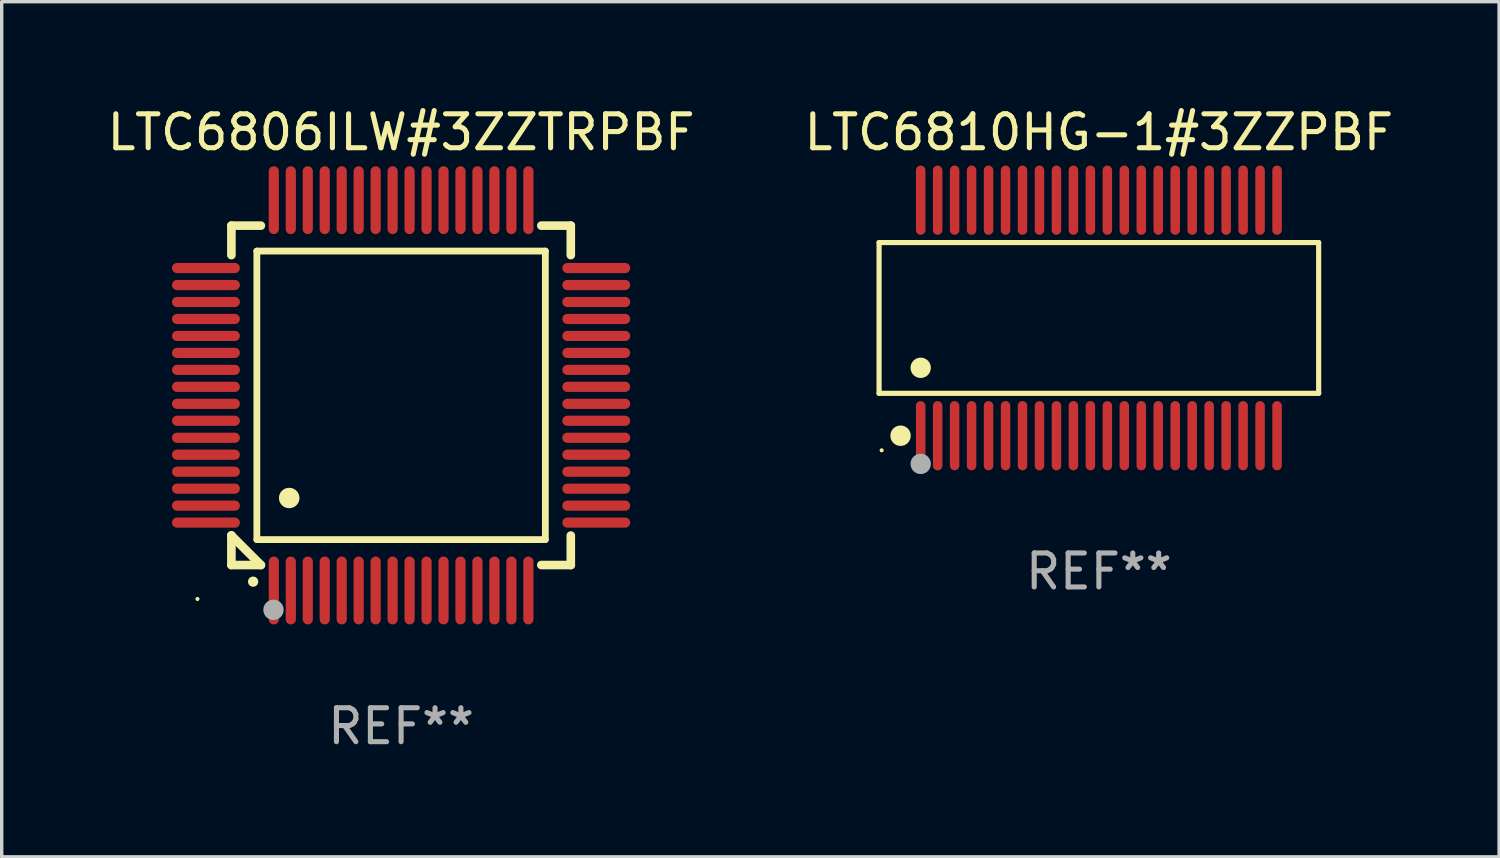
<source format=kicad_pcb>
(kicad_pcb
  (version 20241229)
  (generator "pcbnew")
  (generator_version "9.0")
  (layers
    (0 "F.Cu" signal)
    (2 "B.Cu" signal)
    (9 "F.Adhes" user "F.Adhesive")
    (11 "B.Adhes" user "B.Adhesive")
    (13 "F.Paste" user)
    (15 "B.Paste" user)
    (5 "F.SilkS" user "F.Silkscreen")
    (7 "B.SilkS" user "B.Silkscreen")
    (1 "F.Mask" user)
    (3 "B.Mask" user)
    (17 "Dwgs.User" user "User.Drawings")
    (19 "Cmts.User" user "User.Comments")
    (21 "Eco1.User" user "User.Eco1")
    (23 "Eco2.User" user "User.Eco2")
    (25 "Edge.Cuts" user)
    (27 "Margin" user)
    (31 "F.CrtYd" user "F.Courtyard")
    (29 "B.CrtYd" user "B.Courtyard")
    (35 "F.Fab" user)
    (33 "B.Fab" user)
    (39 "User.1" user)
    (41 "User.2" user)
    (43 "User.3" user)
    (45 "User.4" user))
  (footprint "LTC6806ILW#3ZZTRPBF"
    (layer "F.Cu")
    (at 8.768 8.598)
    (property "Reference" "LTC6806ILW#3ZZTRPBF" (at 0 -7.75 0) (layer "F.SilkS") (effects (font (size 1 1) (thickness 0.15))))
    (attr through_hole)
    (fp_line (start -5 -5) (end -4.131 -5) (stroke (width 0.254) (type solid)) (layer "F.SilkS"))
    (fp_line (start -5 -4.131) (end -5 -5) (stroke (width 0.254) (type solid)) (layer "F.SilkS"))
    (fp_line (start -5 4.131) (end -5 4.131) (stroke (width 0.254) (type solid)) (layer "F.SilkS"))
    (fp_line (start -5 5) (end -5 4.131) (stroke (width 0.254) (type solid)) (layer "F.SilkS"))
    (fp_line (start -5 4.131) (end -4.131 5) (stroke (width 0.254) (type solid)) (layer "F.SilkS"))
    (fp_line (start -4.25 -4.25) (end -4.25 4.25) (stroke (width 0.2) (type solid)) (layer "F.SilkS"))
    (fp_line (start -4.25 4.25) (end 4.25 4.25) (stroke (width 0.2) (type solid)) (layer "F.SilkS"))
    (fp_line (start -4.131 5) (end -5 5) (stroke (width 0.254) (type solid)) (layer "F.SilkS"))
    (fp_line (start 4.25 -4.25) (end -4.25 -4.25) (stroke (width 0.2) (type solid)) (layer "F.SilkS"))
    (fp_line (start 4.25 4.25) (end 4.25 -4.25) (stroke (width 0.2) (type solid)) (layer "F.SilkS"))
    (fp_line (start 5 -5) (end 4.131 -5) (stroke (width 0.254) (type solid)) (layer "F.SilkS"))
    (fp_line (start 5 -5) (end 5 -4.131) (stroke (width 0.254) (type solid)) (layer "F.SilkS"))
    (fp_line (start 5 4.131) (end 5 5) (stroke (width 0.254) (type solid)) (layer "F.SilkS"))
    (fp_line (start 5 5) (end 4.131 5) (stroke (width 0.254) (type solid)) (layer "F.SilkS"))
    (fp_arc (start -4.361265 5.489992) (mid -4.359995 5.489987) (end -4.358725 5.489992) (stroke (width 0.3) (type solid)) (layer "F.SilkS"))
    (fp_arc (start -3.299467 3.025146) (mid -3.296927 3.025135) (end -3.294387 3.025146) (stroke (width 0.6) (type solid)) (layer "F.SilkS"))
    (fp_circle (center -6 6) (end -5.97 6) (stroke (width 0.06) (type solid)) (fill no) (layer "F.SilkS"))
    (fp_circle (center -3.76 6.32) (end -3.61 6.32) (stroke (width 0.3) (type solid)) (fill no) (layer "F.Fab"))
    (fp_text user "REF**" (at 0 9.75 0) (layer "F.Fab") (effects (font (size 1 1) (thickness 0.15))))
    (pad "1" smd oval (at -3.75 5.75) (size 0.3 2) (layers "F.Cu" "F.Mask" "F.Paste"))
    (pad "2" smd oval (at -3.25 5.75) (size 0.3 2) (layers "F.Cu" "F.Mask" "F.Paste"))
    (pad "3" smd oval (at -2.75 5.75) (size 0.3 2) (layers "F.Cu" "F.Mask" "F.Paste"))
    (pad "4" smd oval (at -2.25 5.75) (size 0.3 2) (layers "F.Cu" "F.Mask" "F.Paste"))
    (pad "5" smd oval (at -1.75 5.75) (size 0.3 2) (layers "F.Cu" "F.Mask" "F.Paste"))
    (pad "6" smd oval (at -1.25 5.75) (size 0.3 2) (layers "F.Cu" "F.Mask" "F.Paste"))
    (pad "7" smd oval (at -0.75 5.75) (size 0.3 2) (layers "F.Cu" "F.Mask" "F.Paste"))
    (pad "8" smd oval (at -0.25 5.75) (size 0.3 2) (layers "F.Cu" "F.Mask" "F.Paste"))
    (pad "9" smd oval (at 0.25 5.75) (size 0.3 2) (layers "F.Cu" "F.Mask" "F.Paste"))
    (pad "10" smd oval (at 0.75 5.75) (size 0.3 2) (layers "F.Cu" "F.Mask" "F.Paste"))
    (pad "11" smd oval (at 1.25 5.75) (size 0.3 2) (layers "F.Cu" "F.Mask" "F.Paste"))
    (pad "12" smd oval (at 1.75 5.75) (size 0.3 2) (layers "F.Cu" "F.Mask" "F.Paste"))
    (pad "13" smd oval (at 2.25 5.75) (size 0.3 2) (layers "F.Cu" "F.Mask" "F.Paste"))
    (pad "14" smd oval (at 2.75 5.75) (size 0.3 2) (layers "F.Cu" "F.Mask" "F.Paste"))
    (pad "15" smd oval (at 3.25 5.75) (size 0.3 2) (layers "F.Cu" "F.Mask" "F.Paste"))
    (pad "16" smd oval (at 3.75 5.75) (size 0.3 2) (layers "F.Cu" "F.Mask" "F.Paste"))
    (pad "17" smd oval (at 5.75 3.75) (size 2 0.3) (layers "F.Cu" "F.Mask" "F.Paste"))
    (pad "18" smd oval (at 5.75 3.25) (size 2 0.3) (layers "F.Cu" "F.Mask" "F.Paste"))
    (pad "19" smd oval (at 5.75 2.75) (size 2 0.3) (layers "F.Cu" "F.Mask" "F.Paste"))
    (pad "20" smd oval (at 5.75 2.25) (size 2 0.3) (layers "F.Cu" "F.Mask" "F.Paste"))
    (pad "21" smd oval (at 5.75 1.75) (size 2 0.3) (layers "F.Cu" "F.Mask" "F.Paste"))
    (pad "22" smd oval (at 5.75 1.25) (size 2 0.3) (layers "F.Cu" "F.Mask" "F.Paste"))
    (pad "23" smd oval (at 5.75 0.75) (size 2 0.3) (layers "F.Cu" "F.Mask" "F.Paste"))
    (pad "24" smd oval (at 5.75 0.25) (size 2 0.3) (layers "F.Cu" "F.Mask" "F.Paste"))
    (pad "25" smd oval (at 5.75 -0.25) (size 2 0.3) (layers "F.Cu" "F.Mask" "F.Paste"))
    (pad "26" smd oval (at 5.75 -0.75) (size 2 0.3) (layers "F.Cu" "F.Mask" "F.Paste"))
    (pad "27" smd oval (at 5.75 -1.25) (size 2 0.3) (layers "F.Cu" "F.Mask" "F.Paste"))
    (pad "28" smd oval (at 5.75 -1.75) (size 2 0.3) (layers "F.Cu" "F.Mask" "F.Paste"))
    (pad "29" smd oval (at 5.75 -2.25) (size 2 0.3) (layers "F.Cu" "F.Mask" "F.Paste"))
    (pad "30" smd oval (at 5.75 -2.75) (size 2 0.3) (layers "F.Cu" "F.Mask" "F.Paste"))
    (pad "31" smd oval (at 5.75 -3.25) (size 2 0.3) (layers "F.Cu" "F.Mask" "F.Paste"))
    (pad "32" smd oval (at 5.75 -3.75) (size 2 0.3) (layers "F.Cu" "F.Mask" "F.Paste"))
    (pad "33" smd oval (at 3.75 -5.75) (size 0.3 2) (layers "F.Cu" "F.Mask" "F.Paste"))
    (pad "34" smd oval (at 3.25 -5.75) (size 0.3 2) (layers "F.Cu" "F.Mask" "F.Paste"))
    (pad "35" smd oval (at 2.75 -5.75) (size 0.3 2) (layers "F.Cu" "F.Mask" "F.Paste"))
    (pad "36" smd oval (at 2.25 -5.75) (size 0.3 2) (layers "F.Cu" "F.Mask" "F.Paste"))
    (pad "37" smd oval (at 1.75 -5.75) (size 0.3 2) (layers "F.Cu" "F.Mask" "F.Paste"))
    (pad "38" smd oval (at 1.25 -5.75) (size 0.3 2) (layers "F.Cu" "F.Mask" "F.Paste"))
    (pad "39" smd oval (at 0.75 -5.75) (size 0.3 2) (layers "F.Cu" "F.Mask" "F.Paste"))
    (pad "40" smd oval (at 0.25 -5.75) (size 0.3 2) (layers "F.Cu" "F.Mask" "F.Paste"))
    (pad "41" smd oval (at -0.25 -5.75) (size 0.3 2) (layers "F.Cu" "F.Mask" "F.Paste"))
    (pad "42" smd oval (at -0.75 -5.75) (size 0.3 2) (layers "F.Cu" "F.Mask" "F.Paste"))
    (pad "43" smd oval (at -1.25 -5.75) (size 0.3 2) (layers "F.Cu" "F.Mask" "F.Paste"))
    (pad "44" smd oval (at -1.75 -5.75) (size 0.3 2) (layers "F.Cu" "F.Mask" "F.Paste"))
    (pad "45" smd oval (at -2.25 -5.75) (size 0.3 2) (layers "F.Cu" "F.Mask" "F.Paste"))
    (pad "46" smd oval (at -2.75 -5.75) (size 0.3 2) (layers "F.Cu" "F.Mask" "F.Paste"))
    (pad "47" smd oval (at -3.25 -5.75) (size 0.3 2) (layers "F.Cu" "F.Mask" "F.Paste"))
    (pad "48" smd oval (at -3.75 -5.75) (size 0.3 2) (layers "F.Cu" "F.Mask" "F.Paste"))
    (pad "49" smd oval (at -5.75 -3.75) (size 2 0.3) (layers "F.Cu" "F.Mask" "F.Paste"))
    (pad "50" smd oval (at -5.75 -3.25) (size 2 0.3) (layers "F.Cu" "F.Mask" "F.Paste"))
    (pad "51" smd oval (at -5.75 -2.75) (size 2 0.3) (layers "F.Cu" "F.Mask" "F.Paste"))
    (pad "52" smd oval (at -5.75 -2.25) (size 2 0.3) (layers "F.Cu" "F.Mask" "F.Paste"))
    (pad "53" smd oval (at -5.75 -1.75) (size 2 0.3) (layers "F.Cu" "F.Mask" "F.Paste"))
    (pad "54" smd oval (at -5.75 -1.25) (size 2 0.3) (layers "F.Cu" "F.Mask" "F.Paste"))
    (pad "55" smd oval (at -5.75 -0.75) (size 2 0.3) (layers "F.Cu" "F.Mask" "F.Paste"))
    (pad "56" smd oval (at -5.75 -0.25) (size 2 0.3) (layers "F.Cu" "F.Mask" "F.Paste"))
    (pad "57" smd oval (at -5.75 0.25) (size 2 0.3) (layers "F.Cu" "F.Mask" "F.Paste"))
    (pad "58" smd oval (at -5.75 0.75) (size 2 0.3) (layers "F.Cu" "F.Mask" "F.Paste"))
    (pad "59" smd oval (at -5.75 1.25) (size 2 0.3) (layers "F.Cu" "F.Mask" "F.Paste"))
    (pad "60" smd oval (at -5.75 1.75) (size 2 0.3) (layers "F.Cu" "F.Mask" "F.Paste"))
    (pad "61" smd oval (at -5.75 2.25) (size 2 0.3) (layers "F.Cu" "F.Mask" "F.Paste"))
    (pad "62" smd oval (at -5.75 2.75) (size 2 0.3) (layers "F.Cu" "F.Mask" "F.Paste"))
    (pad "63" smd oval (at -5.75 3.25) (size 2 0.3) (layers "F.Cu" "F.Mask" "F.Paste"))
    (pad "64" smd oval (at -5.75 3.75) (size 2 0.3) (layers "F.Cu" "F.Mask" "F.Paste")))
  (footprint "LTC6810HG-1#3ZZPBF"
    (layer "F.Cu")
    (at 29.327 6.318)
    (property "Reference" "LTC6810HG-1#3ZZPBF" (at 0 -5.47 0) (layer "F.SilkS") (effects (font (size 1 1) (thickness 0.15))))
    (attr through_hole)
    (fp_line (start -6.476 -2.221) (end 6.476 -2.221) (stroke (width 0.152) (type solid)) (layer "F.SilkS"))
    (fp_line (start -6.476 2.221) (end -6.476 -2.221) (stroke (width 0.152) (type solid)) (layer "F.SilkS"))
    (fp_line (start 6.476 -2.221) (end 6.476 2.221) (stroke (width 0.152) (type solid)) (layer "F.SilkS"))
    (fp_line (start 6.476 2.221) (end -6.476 2.221) (stroke (width 0.152) (type solid)) (layer "F.SilkS"))
    (fp_circle (center -6.4 3.9) (end -6.37 3.9) (stroke (width 0.06) (type solid)) (fill no) (layer "F.SilkS"))
    (fp_circle (center -5.843 3.47) (end -5.692 3.47) (stroke (width 0.3) (type solid)) (fill no) (layer "F.SilkS"))
    (fp_circle (center -5.25 1.469) (end -5.1 1.469) (stroke (width 0.3) (type solid)) (fill no) (layer "F.SilkS"))
    (fp_circle (center -5.25 4.3) (end -5.1 4.3) (stroke (width 0.3) (type solid)) (fill no) (layer "F.Fab"))
    (fp_text user "REF**" (at 0 7.47 0) (layer "F.Fab") (effects (font (size 1 1) (thickness 0.15))))
    (pad "1" smd oval (at -5.25 3.47) (size 0.28 2.04) (layers "F.Cu" "F.Mask" "F.Paste"))
    (pad "2" smd oval (at -4.75 3.47) (size 0.28 2.04) (layers "F.Cu" "F.Mask" "F.Paste"))
    (pad "3" smd oval (at -4.25 3.47) (size 0.28 2.04) (layers "F.Cu" "F.Mask" "F.Paste"))
    (pad "4" smd oval (at -3.75 3.47) (size 0.28 2.04) (layers "F.Cu" "F.Mask" "F.Paste"))
    (pad "5" smd oval (at -3.25 3.47) (size 0.28 2.04) (layers "F.Cu" "F.Mask" "F.Paste"))
    (pad "6" smd oval (at -2.75 3.47) (size 0.28 2.04) (layers "F.Cu" "F.Mask" "F.Paste"))
    (pad "7" smd oval (at -2.25 3.47) (size 0.28 2.04) (layers "F.Cu" "F.Mask" "F.Paste"))
    (pad "8" smd oval (at -1.75 3.47) (size 0.28 2.04) (layers "F.Cu" "F.Mask" "F.Paste"))
    (pad "9" smd oval (at -1.25 3.47) (size 0.28 2.04) (layers "F.Cu" "F.Mask" "F.Paste"))
    (pad "10" smd oval (at -0.75 3.47) (size 0.28 2.04) (layers "F.Cu" "F.Mask" "F.Paste"))
    (pad "11" smd oval (at -0.25 3.47) (size 0.28 2.04) (layers "F.Cu" "F.Mask" "F.Paste"))
    (pad "12" smd oval (at 0.25 3.47) (size 0.28 2.04) (layers "F.Cu" "F.Mask" "F.Paste"))
    (pad "13" smd oval (at 0.75 3.47) (size 0.28 2.04) (layers "F.Cu" "F.Mask" "F.Paste"))
    (pad "14" smd oval (at 1.25 3.47) (size 0.28 2.04) (layers "F.Cu" "F.Mask" "F.Paste"))
    (pad "15" smd oval (at 1.75 3.47) (size 0.28 2.04) (layers "F.Cu" "F.Mask" "F.Paste"))
    (pad "16" smd oval (at 2.25 3.47) (size 0.28 2.04) (layers "F.Cu" "F.Mask" "F.Paste"))
    (pad "17" smd oval (at 2.75 3.47) (size 0.28 2.04) (layers "F.Cu" "F.Mask" "F.Paste"))
    (pad "18" smd oval (at 3.25 3.47) (size 0.28 2.04) (layers "F.Cu" "F.Mask" "F.Paste"))
    (pad "19" smd oval (at 3.75 3.47) (size 0.28 2.04) (layers "F.Cu" "F.Mask" "F.Paste"))
    (pad "20" smd oval (at 4.25 3.47) (size 0.28 2.04) (layers "F.Cu" "F.Mask" "F.Paste"))
    (pad "21" smd oval (at 4.75 3.47) (size 0.28 2.04) (layers "F.Cu" "F.Mask" "F.Paste"))
    (pad "22" smd oval (at 5.25 3.47) (size 0.28 2.04) (layers "F.Cu" "F.Mask" "F.Paste"))
    (pad "23" smd oval (at 5.25 -3.47) (size 0.28 2.04) (layers "F.Cu" "F.Mask" "F.Paste"))
    (pad "24" smd oval (at 4.75 -3.47) (size 0.28 2.04) (layers "F.Cu" "F.Mask" "F.Paste"))
    (pad "25" smd oval (at 4.25 -3.47) (size 0.28 2.04) (layers "F.Cu" "F.Mask" "F.Paste"))
    (pad "26" smd oval (at 3.75 -3.47) (size 0.28 2.04) (layers "F.Cu" "F.Mask" "F.Paste"))
    (pad "27" smd oval (at 3.25 -3.47) (size 0.28 2.04) (layers "F.Cu" "F.Mask" "F.Paste"))
    (pad "28" smd oval (at 2.75 -3.47) (size 0.28 2.04) (layers "F.Cu" "F.Mask" "F.Paste"))
    (pad "29" smd oval (at 2.25 -3.47) (size 0.28 2.04) (layers "F.Cu" "F.Mask" "F.Paste"))
    (pad "30" smd oval (at 1.75 -3.47) (size 0.28 2.04) (layers "F.Cu" "F.Mask" "F.Paste"))
    (pad "31" smd oval (at 1.25 -3.47) (size 0.28 2.04) (layers "F.Cu" "F.Mask" "F.Paste"))
    (pad "32" smd oval (at 0.75 -3.47) (size 0.28 2.04) (layers "F.Cu" "F.Mask" "F.Paste"))
    (pad "33" smd oval (at 0.25 -3.47) (size 0.28 2.04) (layers "F.Cu" "F.Mask" "F.Paste"))
    (pad "34" smd oval (at -0.25 -3.47) (size 0.28 2.04) (layers "F.Cu" "F.Mask" "F.Paste"))
    (pad "35" smd oval (at -0.75 -3.47) (size 0.28 2.04) (layers "F.Cu" "F.Mask" "F.Paste"))
    (pad "36" smd oval (at -1.25 -3.47) (size 0.28 2.04) (layers "F.Cu" "F.Mask" "F.Paste"))
    (pad "37" smd oval (at -1.75 -3.47) (size 0.28 2.04) (layers "F.Cu" "F.Mask" "F.Paste"))
    (pad "38" smd oval (at -2.25 -3.47) (size 0.28 2.04) (layers "F.Cu" "F.Mask" "F.Paste"))
    (pad "39" smd oval (at -2.75 -3.47) (size 0.28 2.04) (layers "F.Cu" "F.Mask" "F.Paste"))
    (pad "40" smd oval (at -3.25 -3.47) (size 0.28 2.04) (layers "F.Cu" "F.Mask" "F.Paste"))
    (pad "41" smd oval (at -3.75 -3.47) (size 0.28 2.04) (layers "F.Cu" "F.Mask" "F.Paste"))
    (pad "42" smd oval (at -4.25 -3.47) (size 0.28 2.04) (layers "F.Cu" "F.Mask" "F.Paste"))
    (pad "43" smd oval (at -4.75 -3.47) (size 0.28 2.04) (layers "F.Cu" "F.Mask" "F.Paste"))
    (pad "44" smd oval (at -5.25 -3.47) (size 0.28 2.04) (layers "F.Cu" "F.Mask" "F.Paste")))
  (gr_rect
    (start -3 -3)
    (end 41.119 22.196)
    (stroke (width 0.1) (type default))
    (fill no)
    (layer "Edge.Cuts")))
</source>
